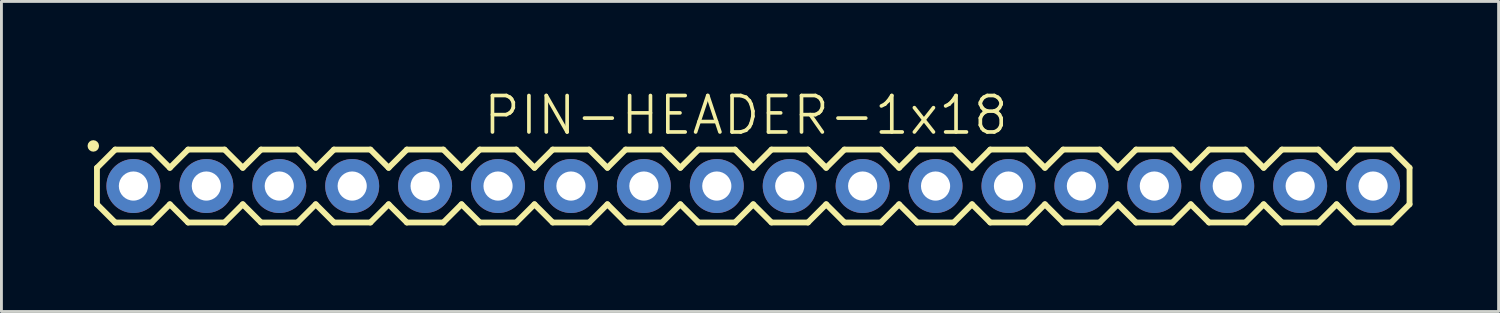
<source format=kicad_pcb>
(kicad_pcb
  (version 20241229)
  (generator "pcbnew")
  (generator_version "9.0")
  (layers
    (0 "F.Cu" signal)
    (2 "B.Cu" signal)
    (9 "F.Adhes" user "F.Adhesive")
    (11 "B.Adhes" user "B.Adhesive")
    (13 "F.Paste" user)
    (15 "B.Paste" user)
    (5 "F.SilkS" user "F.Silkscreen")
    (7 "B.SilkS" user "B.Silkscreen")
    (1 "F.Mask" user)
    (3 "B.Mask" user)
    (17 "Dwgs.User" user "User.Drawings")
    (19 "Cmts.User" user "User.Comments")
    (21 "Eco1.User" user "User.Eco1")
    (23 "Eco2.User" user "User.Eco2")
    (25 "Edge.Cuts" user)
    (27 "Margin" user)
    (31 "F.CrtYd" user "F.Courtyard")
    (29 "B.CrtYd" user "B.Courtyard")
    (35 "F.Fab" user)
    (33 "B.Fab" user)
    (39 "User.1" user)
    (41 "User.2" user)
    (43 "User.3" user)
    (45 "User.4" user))
  (footprint "PIN-HEADER-1x18"
    (layer "F.Cu")
    (at 1.597 3.43)
    (property "Reference" "PIN-HEADER-1x18" (at 21.336 -2.464 0) (layer "F.SilkS") (effects (font (size 1.27 1.27) (thickness 0.127))))
    (attr through_hole)
    (fp_line (start -1.27 -0.635) (end -1.27 0.635) (stroke (width 0.203) (type solid)) (layer "F.SilkS"))
    (fp_line (start -1.27 0.635) (end -0.635 1.27) (stroke (width 0.203) (type solid)) (layer "F.SilkS"))
    (fp_line (start -0.635 -1.27) (end -1.27 -0.635) (stroke (width 0.203) (type solid)) (layer "F.SilkS"))
    (fp_line (start -0.635 -1.27) (end 0.635 -1.27) (stroke (width 0.203) (type solid)) (layer "F.SilkS"))
    (fp_line (start 0.635 -1.27) (end 1.27 -0.635) (stroke (width 0.203) (type solid)) (layer "F.SilkS"))
    (fp_line (start 0.635 1.27) (end -0.635 1.27) (stroke (width 0.203) (type solid)) (layer "F.SilkS"))
    (fp_line (start 1.27 -0.635) (end 1.905 -1.27) (stroke (width 0.203) (type solid)) (layer "F.SilkS"))
    (fp_line (start 1.27 0.635) (end 0.635 1.27) (stroke (width 0.203) (type solid)) (layer "F.SilkS"))
    (fp_line (start 1.905 -1.27) (end 3.175 -1.27) (stroke (width 0.203) (type solid)) (layer "F.SilkS"))
    (fp_line (start 1.905 1.27) (end 1.27 0.635) (stroke (width 0.203) (type solid)) (layer "F.SilkS"))
    (fp_line (start 3.175 -1.27) (end 3.81 -0.635) (stroke (width 0.203) (type solid)) (layer "F.SilkS"))
    (fp_line (start 3.175 1.27) (end 1.905 1.27) (stroke (width 0.203) (type solid)) (layer "F.SilkS"))
    (fp_line (start 3.81 -0.635) (end 4.445 -1.27) (stroke (width 0.203) (type solid)) (layer "F.SilkS"))
    (fp_line (start 3.81 0.635) (end 3.175 1.27) (stroke (width 0.203) (type solid)) (layer "F.SilkS"))
    (fp_line (start 4.445 -1.27) (end 5.715 -1.27) (stroke (width 0.203) (type solid)) (layer "F.SilkS"))
    (fp_line (start 4.445 1.27) (end 3.81 0.635) (stroke (width 0.203) (type solid)) (layer "F.SilkS"))
    (fp_line (start 5.715 -1.27) (end 6.35 -0.635) (stroke (width 0.203) (type solid)) (layer "F.SilkS"))
    (fp_line (start 5.715 1.27) (end 4.445 1.27) (stroke (width 0.203) (type solid)) (layer "F.SilkS"))
    (fp_line (start 6.35 0.635) (end 5.715 1.27) (stroke (width 0.203) (type solid)) (layer "F.SilkS"))
    (fp_line (start 6.35 0.635) (end 6.985 1.27) (stroke (width 0.203) (type solid)) (layer "F.SilkS"))
    (fp_line (start 6.985 -1.27) (end 6.35 -0.635) (stroke (width 0.203) (type solid)) (layer "F.SilkS"))
    (fp_line (start 6.985 -1.27) (end 8.255 -1.27) (stroke (width 0.203) (type solid)) (layer "F.SilkS"))
    (fp_line (start 8.255 -1.27) (end 8.89 -0.635) (stroke (width 0.203) (type solid)) (layer "F.SilkS"))
    (fp_line (start 8.255 1.27) (end 6.985 1.27) (stroke (width 0.203) (type solid)) (layer "F.SilkS"))
    (fp_line (start 8.89 -0.635) (end 9.525 -1.27) (stroke (width 0.203) (type solid)) (layer "F.SilkS"))
    (fp_line (start 8.89 0.635) (end 8.255 1.27) (stroke (width 0.203) (type solid)) (layer "F.SilkS"))
    (fp_line (start 9.525 -1.27) (end 10.795 -1.27) (stroke (width 0.203) (type solid)) (layer "F.SilkS"))
    (fp_line (start 9.525 1.27) (end 8.89 0.635) (stroke (width 0.203) (type solid)) (layer "F.SilkS"))
    (fp_line (start 10.795 -1.27) (end 11.43 -0.635) (stroke (width 0.203) (type solid)) (layer "F.SilkS"))
    (fp_line (start 10.795 1.27) (end 9.525 1.27) (stroke (width 0.203) (type solid)) (layer "F.SilkS"))
    (fp_line (start 11.43 -0.635) (end 12.065 -1.27) (stroke (width 0.203) (type solid)) (layer "F.SilkS"))
    (fp_line (start 11.43 0.635) (end 10.795 1.27) (stroke (width 0.203) (type solid)) (layer "F.SilkS"))
    (fp_line (start 12.065 -1.27) (end 13.335 -1.27) (stroke (width 0.203) (type solid)) (layer "F.SilkS"))
    (fp_line (start 12.065 1.27) (end 11.43 0.635) (stroke (width 0.203) (type solid)) (layer "F.SilkS"))
    (fp_line (start 13.335 -1.27) (end 13.97 -0.635) (stroke (width 0.203) (type solid)) (layer "F.SilkS"))
    (fp_line (start 13.335 1.27) (end 12.065 1.27) (stroke (width 0.203) (type solid)) (layer "F.SilkS"))
    (fp_line (start 13.97 0.635) (end 13.335 1.27) (stroke (width 0.203) (type solid)) (layer "F.SilkS"))
    (fp_line (start 13.97 0.635) (end 14.605 1.27) (stroke (width 0.203) (type solid)) (layer "F.SilkS"))
    (fp_line (start 14.605 -1.27) (end 13.97 -0.635) (stroke (width 0.203) (type solid)) (layer "F.SilkS"))
    (fp_line (start 14.605 -1.27) (end 15.875 -1.27) (stroke (width 0.203) (type solid)) (layer "F.SilkS"))
    (fp_line (start 15.875 -1.27) (end 16.51 -0.635) (stroke (width 0.203) (type solid)) (layer "F.SilkS"))
    (fp_line (start 15.875 1.27) (end 14.605 1.27) (stroke (width 0.203) (type solid)) (layer "F.SilkS"))
    (fp_line (start 16.51 0.635) (end 15.875 1.27) (stroke (width 0.203) (type solid)) (layer "F.SilkS"))
    (fp_line (start 16.51 0.635) (end 17.145 1.27) (stroke (width 0.203) (type solid)) (layer "F.SilkS"))
    (fp_line (start 17.145 -1.27) (end 16.51 -0.635) (stroke (width 0.203) (type solid)) (layer "F.SilkS"))
    (fp_line (start 17.145 -1.27) (end 18.415 -1.27) (stroke (width 0.203) (type solid)) (layer "F.SilkS"))
    (fp_line (start 18.415 -1.27) (end 19.05 -0.635) (stroke (width 0.203) (type solid)) (layer "F.SilkS"))
    (fp_line (start 18.415 1.27) (end 17.145 1.27) (stroke (width 0.203) (type solid)) (layer "F.SilkS"))
    (fp_line (start 19.05 -0.635) (end 19.685 -1.27) (stroke (width 0.203) (type solid)) (layer "F.SilkS"))
    (fp_line (start 19.05 0.635) (end 18.415 1.27) (stroke (width 0.203) (type solid)) (layer "F.SilkS"))
    (fp_line (start 19.685 -1.27) (end 20.955 -1.27) (stroke (width 0.203) (type solid)) (layer "F.SilkS"))
    (fp_line (start 19.685 1.27) (end 19.05 0.635) (stroke (width 0.203) (type solid)) (layer "F.SilkS"))
    (fp_line (start 20.955 -1.27) (end 21.59 -0.635) (stroke (width 0.203) (type solid)) (layer "F.SilkS"))
    (fp_line (start 20.955 1.27) (end 19.685 1.27) (stroke (width 0.203) (type solid)) (layer "F.SilkS"))
    (fp_line (start 21.59 -0.635) (end 22.225 -1.27) (stroke (width 0.203) (type solid)) (layer "F.SilkS"))
    (fp_line (start 21.59 0.635) (end 20.955 1.27) (stroke (width 0.203) (type solid)) (layer "F.SilkS"))
    (fp_line (start 22.225 -1.27) (end 23.495 -1.27) (stroke (width 0.203) (type solid)) (layer "F.SilkS"))
    (fp_line (start 22.225 1.27) (end 21.59 0.635) (stroke (width 0.203) (type solid)) (layer "F.SilkS"))
    (fp_line (start 23.495 -1.27) (end 24.13 -0.635) (stroke (width 0.203) (type solid)) (layer "F.SilkS"))
    (fp_line (start 23.495 1.27) (end 22.225 1.27) (stroke (width 0.203) (type solid)) (layer "F.SilkS"))
    (fp_line (start 24.13 0.635) (end 23.495 1.27) (stroke (width 0.203) (type solid)) (layer "F.SilkS"))
    (fp_line (start 24.13 0.635) (end 24.765 1.27) (stroke (width 0.203) (type solid)) (layer "F.SilkS"))
    (fp_line (start 24.765 -1.27) (end 24.13 -0.635) (stroke (width 0.203) (type solid)) (layer "F.SilkS"))
    (fp_line (start 24.765 -1.27) (end 26.035 -1.27) (stroke (width 0.203) (type solid)) (layer "F.SilkS"))
    (fp_line (start 26.035 -1.27) (end 26.67 -0.635) (stroke (width 0.203) (type solid)) (layer "F.SilkS"))
    (fp_line (start 26.035 1.27) (end 24.765 1.27) (stroke (width 0.203) (type solid)) (layer "F.SilkS"))
    (fp_line (start 26.67 -0.635) (end 27.305 -1.27) (stroke (width 0.203) (type solid)) (layer "F.SilkS"))
    (fp_line (start 26.67 0.635) (end 26.035 1.27) (stroke (width 0.203) (type solid)) (layer "F.SilkS"))
    (fp_line (start 27.305 -1.27) (end 28.575 -1.27) (stroke (width 0.203) (type solid)) (layer "F.SilkS"))
    (fp_line (start 27.305 1.27) (end 26.67 0.635) (stroke (width 0.203) (type solid)) (layer "F.SilkS"))
    (fp_line (start 28.575 -1.27) (end 29.21 -0.635) (stroke (width 0.203) (type solid)) (layer "F.SilkS"))
    (fp_line (start 28.575 1.27) (end 27.305 1.27) (stroke (width 0.203) (type solid)) (layer "F.SilkS"))
    (fp_line (start 29.21 -0.635) (end 29.845 -1.27) (stroke (width 0.203) (type solid)) (layer "F.SilkS"))
    (fp_line (start 29.21 0.635) (end 28.575 1.27) (stroke (width 0.203) (type solid)) (layer "F.SilkS"))
    (fp_line (start 29.845 -1.27) (end 31.115 -1.27) (stroke (width 0.203) (type solid)) (layer "F.SilkS"))
    (fp_line (start 29.845 1.27) (end 29.21 0.635) (stroke (width 0.203) (type solid)) (layer "F.SilkS"))
    (fp_line (start 31.115 -1.27) (end 31.75 -0.635) (stroke (width 0.203) (type solid)) (layer "F.SilkS"))
    (fp_line (start 31.115 1.27) (end 29.845 1.27) (stroke (width 0.203) (type solid)) (layer "F.SilkS"))
    (fp_line (start 31.75 0.635) (end 31.115 1.27) (stroke (width 0.203) (type solid)) (layer "F.SilkS"))
    (fp_line (start 31.75 0.635) (end 32.385 1.27) (stroke (width 0.203) (type solid)) (layer "F.SilkS"))
    (fp_line (start 32.385 -1.27) (end 31.75 -0.635) (stroke (width 0.203) (type solid)) (layer "F.SilkS"))
    (fp_line (start 32.385 -1.27) (end 33.655 -1.27) (stroke (width 0.203) (type solid)) (layer "F.SilkS"))
    (fp_line (start 33.655 -1.27) (end 34.29 -0.635) (stroke (width 0.203) (type solid)) (layer "F.SilkS"))
    (fp_line (start 33.655 1.27) (end 32.385 1.27) (stroke (width 0.203) (type solid)) (layer "F.SilkS"))
    (fp_line (start 34.29 0.635) (end 33.655 1.27) (stroke (width 0.203) (type solid)) (layer "F.SilkS"))
    (fp_line (start 34.29 0.635) (end 34.925 1.27) (stroke (width 0.203) (type solid)) (layer "F.SilkS"))
    (fp_line (start 34.925 -1.27) (end 34.29 -0.635) (stroke (width 0.203) (type solid)) (layer "F.SilkS"))
    (fp_line (start 34.925 -1.27) (end 36.195 -1.27) (stroke (width 0.203) (type solid)) (layer "F.SilkS"))
    (fp_line (start 36.195 -1.27) (end 36.83 -0.635) (stroke (width 0.203) (type solid)) (layer "F.SilkS"))
    (fp_line (start 36.195 1.27) (end 34.925 1.27) (stroke (width 0.203) (type solid)) (layer "F.SilkS"))
    (fp_line (start 36.83 0.635) (end 36.195 1.27) (stroke (width 0.203) (type solid)) (layer "F.SilkS"))
    (fp_line (start 36.83 0.635) (end 37.465 1.27) (stroke (width 0.203) (type solid)) (layer "F.SilkS"))
    (fp_line (start 37.465 -1.27) (end 36.83 -0.635) (stroke (width 0.203) (type solid)) (layer "F.SilkS"))
    (fp_line (start 37.465 -1.27) (end 38.735 -1.27) (stroke (width 0.203) (type solid)) (layer "F.SilkS"))
    (fp_line (start 38.735 -1.27) (end 39.37 -0.635) (stroke (width 0.203) (type solid)) (layer "F.SilkS"))
    (fp_line (start 38.735 1.27) (end 37.465 1.27) (stroke (width 0.203) (type solid)) (layer "F.SilkS"))
    (fp_line (start 39.37 0.635) (end 38.735 1.27) (stroke (width 0.203) (type solid)) (layer "F.SilkS"))
    (fp_line (start 39.37 0.635) (end 40.005 1.27) (stroke (width 0.203) (type solid)) (layer "F.SilkS"))
    (fp_line (start 40.005 -1.27) (end 39.37 -0.635) (stroke (width 0.203) (type solid)) (layer "F.SilkS"))
    (fp_line (start 40.005 -1.27) (end 41.275 -1.27) (stroke (width 0.203) (type solid)) (layer "F.SilkS"))
    (fp_line (start 41.275 -1.27) (end 41.91 -0.635) (stroke (width 0.203) (type solid)) (layer "F.SilkS"))
    (fp_line (start 41.275 1.27) (end 40.005 1.27) (stroke (width 0.203) (type solid)) (layer "F.SilkS"))
    (fp_line (start 41.91 0.635) (end 41.275 1.27) (stroke (width 0.203) (type solid)) (layer "F.SilkS"))
    (fp_line (start 41.91 0.635) (end 42.545 1.27) (stroke (width 0.203) (type solid)) (layer "F.SilkS"))
    (fp_line (start 42.545 -1.27) (end 41.91 -0.635) (stroke (width 0.203) (type solid)) (layer "F.SilkS"))
    (fp_line (start 42.545 -1.27) (end 43.815 -1.27) (stroke (width 0.203) (type solid)) (layer "F.SilkS"))
    (fp_line (start 43.815 -1.27) (end 44.45 -0.635) (stroke (width 0.203) (type solid)) (layer "F.SilkS"))
    (fp_line (start 43.815 1.27) (end 42.545 1.27) (stroke (width 0.203) (type solid)) (layer "F.SilkS"))
    (fp_line (start 44.45 -0.635) (end 44.45 0.635) (stroke (width 0.203) (type solid)) (layer "F.SilkS"))
    (fp_line (start 44.45 0.635) (end 43.815 1.27) (stroke (width 0.203) (type solid)) (layer "F.SilkS"))
    (fp_circle (center -1.397 -1.397) (end -1.297 -1.397) (stroke (width 0.2) (type solid)) (fill no) (layer "F.SilkS"))
    (fp_line (start -0.254 -0.254) (end 0.254 -0.254) (stroke (width 0.066) (type solid)) (layer "Dwgs.User"))
    (fp_line (start -0.254 0.254) (end -0.254 -0.254) (stroke (width 0.066) (type solid)) (layer "Dwgs.User"))
    (fp_line (start -0.254 0.254) (end 0.254 0.254) (stroke (width 0.066) (type solid)) (layer "Dwgs.User"))
    (fp_line (start 0.254 0.254) (end 0.254 -0.254) (stroke (width 0.066) (type solid)) (layer "Dwgs.User"))
    (fp_line (start 2.286 -0.254) (end 2.794 -0.254) (stroke (width 0.066) (type solid)) (layer "Dwgs.User"))
    (fp_line (start 2.286 0.254) (end 2.286 -0.254) (stroke (width 0.066) (type solid)) (layer "Dwgs.User"))
    (fp_line (start 2.286 0.254) (end 2.794 0.254) (stroke (width 0.066) (type solid)) (layer "Dwgs.User"))
    (fp_line (start 2.794 0.254) (end 2.794 -0.254) (stroke (width 0.066) (type solid)) (layer "Dwgs.User"))
    (fp_line (start 4.826 -0.254) (end 5.334 -0.254) (stroke (width 0.066) (type solid)) (layer "Dwgs.User"))
    (fp_line (start 4.826 0.254) (end 4.826 -0.254) (stroke (width 0.066) (type solid)) (layer "Dwgs.User"))
    (fp_line (start 4.826 0.254) (end 5.334 0.254) (stroke (width 0.066) (type solid)) (layer "Dwgs.User"))
    (fp_line (start 5.334 0.254) (end 5.334 -0.254) (stroke (width 0.066) (type solid)) (layer "Dwgs.User"))
    (fp_line (start 7.366 -0.254) (end 7.874 -0.254) (stroke (width 0.066) (type solid)) (layer "Dwgs.User"))
    (fp_line (start 7.366 0.254) (end 7.366 -0.254) (stroke (width 0.066) (type solid)) (layer "Dwgs.User"))
    (fp_line (start 7.366 0.254) (end 7.874 0.254) (stroke (width 0.066) (type solid)) (layer "Dwgs.User"))
    (fp_line (start 7.874 0.254) (end 7.874 -0.254) (stroke (width 0.066) (type solid)) (layer "Dwgs.User"))
    (fp_line (start 9.906 -0.254) (end 10.414 -0.254) (stroke (width 0.066) (type solid)) (layer "Dwgs.User"))
    (fp_line (start 9.906 0.254) (end 9.906 -0.254) (stroke (width 0.066) (type solid)) (layer "Dwgs.User"))
    (fp_line (start 9.906 0.254) (end 10.414 0.254) (stroke (width 0.066) (type solid)) (layer "Dwgs.User"))
    (fp_line (start 10.414 0.254) (end 10.414 -0.254) (stroke (width 0.066) (type solid)) (layer "Dwgs.User"))
    (fp_line (start 12.446 -0.254) (end 12.954 -0.254) (stroke (width 0.066) (type solid)) (layer "Dwgs.User"))
    (fp_line (start 12.446 0.254) (end 12.446 -0.254) (stroke (width 0.066) (type solid)) (layer "Dwgs.User"))
    (fp_line (start 12.446 0.254) (end 12.954 0.254) (stroke (width 0.066) (type solid)) (layer "Dwgs.User"))
    (fp_line (start 12.954 0.254) (end 12.954 -0.254) (stroke (width 0.066) (type solid)) (layer "Dwgs.User"))
    (fp_line (start 14.986 -0.254) (end 15.494 -0.254) (stroke (width 0.066) (type solid)) (layer "Dwgs.User"))
    (fp_line (start 14.986 0.254) (end 14.986 -0.254) (stroke (width 0.066) (type solid)) (layer "Dwgs.User"))
    (fp_line (start 14.986 0.254) (end 15.494 0.254) (stroke (width 0.066) (type solid)) (layer "Dwgs.User"))
    (fp_line (start 15.494 0.254) (end 15.494 -0.254) (stroke (width 0.066) (type solid)) (layer "Dwgs.User"))
    (fp_line (start 17.523 -0.254) (end 18.034 -0.254) (stroke (width 0.066) (type solid)) (layer "Dwgs.User"))
    (fp_line (start 17.523 0.254) (end 17.523 -0.254) (stroke (width 0.066) (type solid)) (layer "Dwgs.User"))
    (fp_line (start 17.523 0.254) (end 18.034 0.254) (stroke (width 0.066) (type solid)) (layer "Dwgs.User"))
    (fp_line (start 18.034 0.254) (end 18.034 -0.254) (stroke (width 0.066) (type solid)) (layer "Dwgs.User"))
    (fp_line (start 20.066 -0.254) (end 20.574 -0.254) (stroke (width 0.066) (type solid)) (layer "Dwgs.User"))
    (fp_line (start 20.066 0.254) (end 20.066 -0.254) (stroke (width 0.066) (type solid)) (layer "Dwgs.User"))
    (fp_line (start 20.066 0.254) (end 20.574 0.254) (stroke (width 0.066) (type solid)) (layer "Dwgs.User"))
    (fp_line (start 20.574 0.254) (end 20.574 -0.254) (stroke (width 0.066) (type solid)) (layer "Dwgs.User"))
    (fp_line (start 22.606 -0.254) (end 23.114 -0.254) (stroke (width 0.066) (type solid)) (layer "Dwgs.User"))
    (fp_line (start 22.606 0.254) (end 22.606 -0.254) (stroke (width 0.066) (type solid)) (layer "Dwgs.User"))
    (fp_line (start 22.606 0.254) (end 23.114 0.254) (stroke (width 0.066) (type solid)) (layer "Dwgs.User"))
    (fp_line (start 23.114 0.254) (end 23.114 -0.254) (stroke (width 0.066) (type solid)) (layer "Dwgs.User"))
    (fp_line (start 25.146 -0.254) (end 25.654 -0.254) (stroke (width 0.066) (type solid)) (layer "Dwgs.User"))
    (fp_line (start 25.146 0.254) (end 25.146 -0.254) (stroke (width 0.066) (type solid)) (layer "Dwgs.User"))
    (fp_line (start 25.146 0.254) (end 25.654 0.254) (stroke (width 0.066) (type solid)) (layer "Dwgs.User"))
    (fp_line (start 25.654 0.254) (end 25.654 -0.254) (stroke (width 0.066) (type solid)) (layer "Dwgs.User"))
    (fp_line (start 27.686 -0.254) (end 28.194 -0.254) (stroke (width 0.066) (type solid)) (layer "Dwgs.User"))
    (fp_line (start 27.686 0.254) (end 27.686 -0.254) (stroke (width 0.066) (type solid)) (layer "Dwgs.User"))
    (fp_line (start 27.686 0.254) (end 28.194 0.254) (stroke (width 0.066) (type solid)) (layer "Dwgs.User"))
    (fp_line (start 28.194 0.254) (end 28.194 -0.254) (stroke (width 0.066) (type solid)) (layer "Dwgs.User"))
    (fp_line (start 30.226 -0.254) (end 30.734 -0.254) (stroke (width 0.066) (type solid)) (layer "Dwgs.User"))
    (fp_line (start 30.226 0.254) (end 30.226 -0.254) (stroke (width 0.066) (type solid)) (layer "Dwgs.User"))
    (fp_line (start 30.226 0.254) (end 30.734 0.254) (stroke (width 0.066) (type solid)) (layer "Dwgs.User"))
    (fp_line (start 30.734 0.254) (end 30.734 -0.254) (stroke (width 0.066) (type solid)) (layer "Dwgs.User"))
    (fp_line (start 32.766 -0.254) (end 33.274 -0.254) (stroke (width 0.066) (type solid)) (layer "Dwgs.User"))
    (fp_line (start 32.766 0.254) (end 32.766 -0.254) (stroke (width 0.066) (type solid)) (layer "Dwgs.User"))
    (fp_line (start 32.766 0.254) (end 33.274 0.254) (stroke (width 0.066) (type solid)) (layer "Dwgs.User"))
    (fp_line (start 33.274 0.254) (end 33.274 -0.254) (stroke (width 0.066) (type solid)) (layer "Dwgs.User"))
    (fp_line (start 35.303 -0.254) (end 35.814 -0.254) (stroke (width 0.066) (type solid)) (layer "Dwgs.User"))
    (fp_line (start 35.303 0.254) (end 35.303 -0.254) (stroke (width 0.066) (type solid)) (layer "Dwgs.User"))
    (fp_line (start 35.303 0.254) (end 35.814 0.254) (stroke (width 0.066) (type solid)) (layer "Dwgs.User"))
    (fp_line (start 35.814 0.254) (end 35.814 -0.254) (stroke (width 0.066) (type solid)) (layer "Dwgs.User"))
    (fp_line (start 37.846 -0.254) (end 38.354 -0.254) (stroke (width 0.066) (type solid)) (layer "Dwgs.User"))
    (fp_line (start 37.846 0.254) (end 37.846 -0.254) (stroke (width 0.066) (type solid)) (layer "Dwgs.User"))
    (fp_line (start 37.846 0.254) (end 38.354 0.254) (stroke (width 0.066) (type solid)) (layer "Dwgs.User"))
    (fp_line (start 38.354 0.254) (end 38.354 -0.254) (stroke (width 0.066) (type solid)) (layer "Dwgs.User"))
    (fp_line (start 40.386 -0.254) (end 40.894 -0.254) (stroke (width 0.066) (type solid)) (layer "Dwgs.User"))
    (fp_line (start 40.386 0.254) (end 40.386 -0.254) (stroke (width 0.066) (type solid)) (layer "Dwgs.User"))
    (fp_line (start 40.386 0.254) (end 40.894 0.254) (stroke (width 0.066) (type solid)) (layer "Dwgs.User"))
    (fp_line (start 40.894 0.254) (end 40.894 -0.254) (stroke (width 0.066) (type solid)) (layer "Dwgs.User"))
    (fp_line (start 42.926 -0.254) (end 43.434 -0.254) (stroke (width 0.066) (type solid)) (layer "Dwgs.User"))
    (fp_line (start 42.926 0.254) (end 42.926 -0.254) (stroke (width 0.066) (type solid)) (layer "Dwgs.User"))
    (fp_line (start 42.926 0.254) (end 43.434 0.254) (stroke (width 0.066) (type solid)) (layer "Dwgs.User"))
    (fp_line (start 43.434 0.254) (end 43.434 -0.254) (stroke (width 0.066) (type solid)) (layer "Dwgs.User"))
    (pad "1" thru_hole circle (at 0 0) (size 1.88 1.88) (drill 1.016) (layers "*.Cu" "*.Paste" "*.Mask"))
    (pad "2" thru_hole circle (at 2.54 0) (size 1.88 1.88) (drill 1.016) (layers "*.Cu" "*.Paste" "*.Mask"))
    (pad "3" thru_hole circle (at 5.08 0) (size 1.88 1.88) (drill 1.016) (layers "*.Cu" "*.Paste" "*.Mask"))
    (pad "4" thru_hole circle (at 7.62 0) (size 1.88 1.88) (drill 1.016) (layers "*.Cu" "*.Paste" "*.Mask"))
    (pad "5" thru_hole circle (at 10.16 0) (size 1.88 1.88) (drill 1.016) (layers "*.Cu" "*.Paste" "*.Mask"))
    (pad "6" thru_hole circle (at 12.7 0) (size 1.88 1.88) (drill 1.016) (layers "*.Cu" "*.Paste" "*.Mask"))
    (pad "7" thru_hole circle (at 15.24 0) (size 1.88 1.88) (drill 1.016) (layers "*.Cu" "*.Paste" "*.Mask"))
    (pad "8" thru_hole circle (at 17.78 0) (size 1.88 1.88) (drill 1.016) (layers "*.Cu" "*.Paste" "*.Mask"))
    (pad "9" thru_hole circle (at 20.32 0) (size 1.88 1.88) (drill 1.016) (layers "*.Cu" "*.Paste" "*.Mask"))
    (pad "10" thru_hole circle (at 22.86 0) (size 1.88 1.88) (drill 1.016) (layers "*.Cu" "*.Paste" "*.Mask"))
    (pad "11" thru_hole circle (at 25.4 0) (size 1.88 1.88) (drill 1.016) (layers "*.Cu" "*.Paste" "*.Mask"))
    (pad "12" thru_hole circle (at 27.94 0) (size 1.88 1.88) (drill 1.016) (layers "*.Cu" "*.Paste" "*.Mask"))
    (pad "13" thru_hole circle (at 30.48 0) (size 1.88 1.88) (drill 1.016) (layers "*.Cu" "*.Paste" "*.Mask"))
    (pad "14" thru_hole circle (at 33.02 0) (size 1.88 1.88) (drill 1.016) (layers "*.Cu" "*.Paste" "*.Mask"))
    (pad "15" thru_hole circle (at 35.56 0) (size 1.88 1.88) (drill 1.016) (layers "*.Cu" "*.Paste" "*.Mask"))
    (pad "16" thru_hole circle (at 38.1 0) (size 1.88 1.88) (drill 1.016) (layers "*.Cu" "*.Paste" "*.Mask"))
    (pad "17" thru_hole circle (at 40.64 0) (size 1.88 1.88) (drill 1.016) (layers "*.Cu" "*.Paste" "*.Mask"))
    (pad "18" thru_hole circle (at 43.18 0) (size 1.88 1.88) (drill 1.016) (layers "*.Cu" "*.Paste" "*.Mask")))
  (gr_rect
    (start -3 -3)
    (end 49.149 7.801)
    (stroke (width 0.1) (type default))
    (fill no)
    (layer "Edge.Cuts")))
</source>
